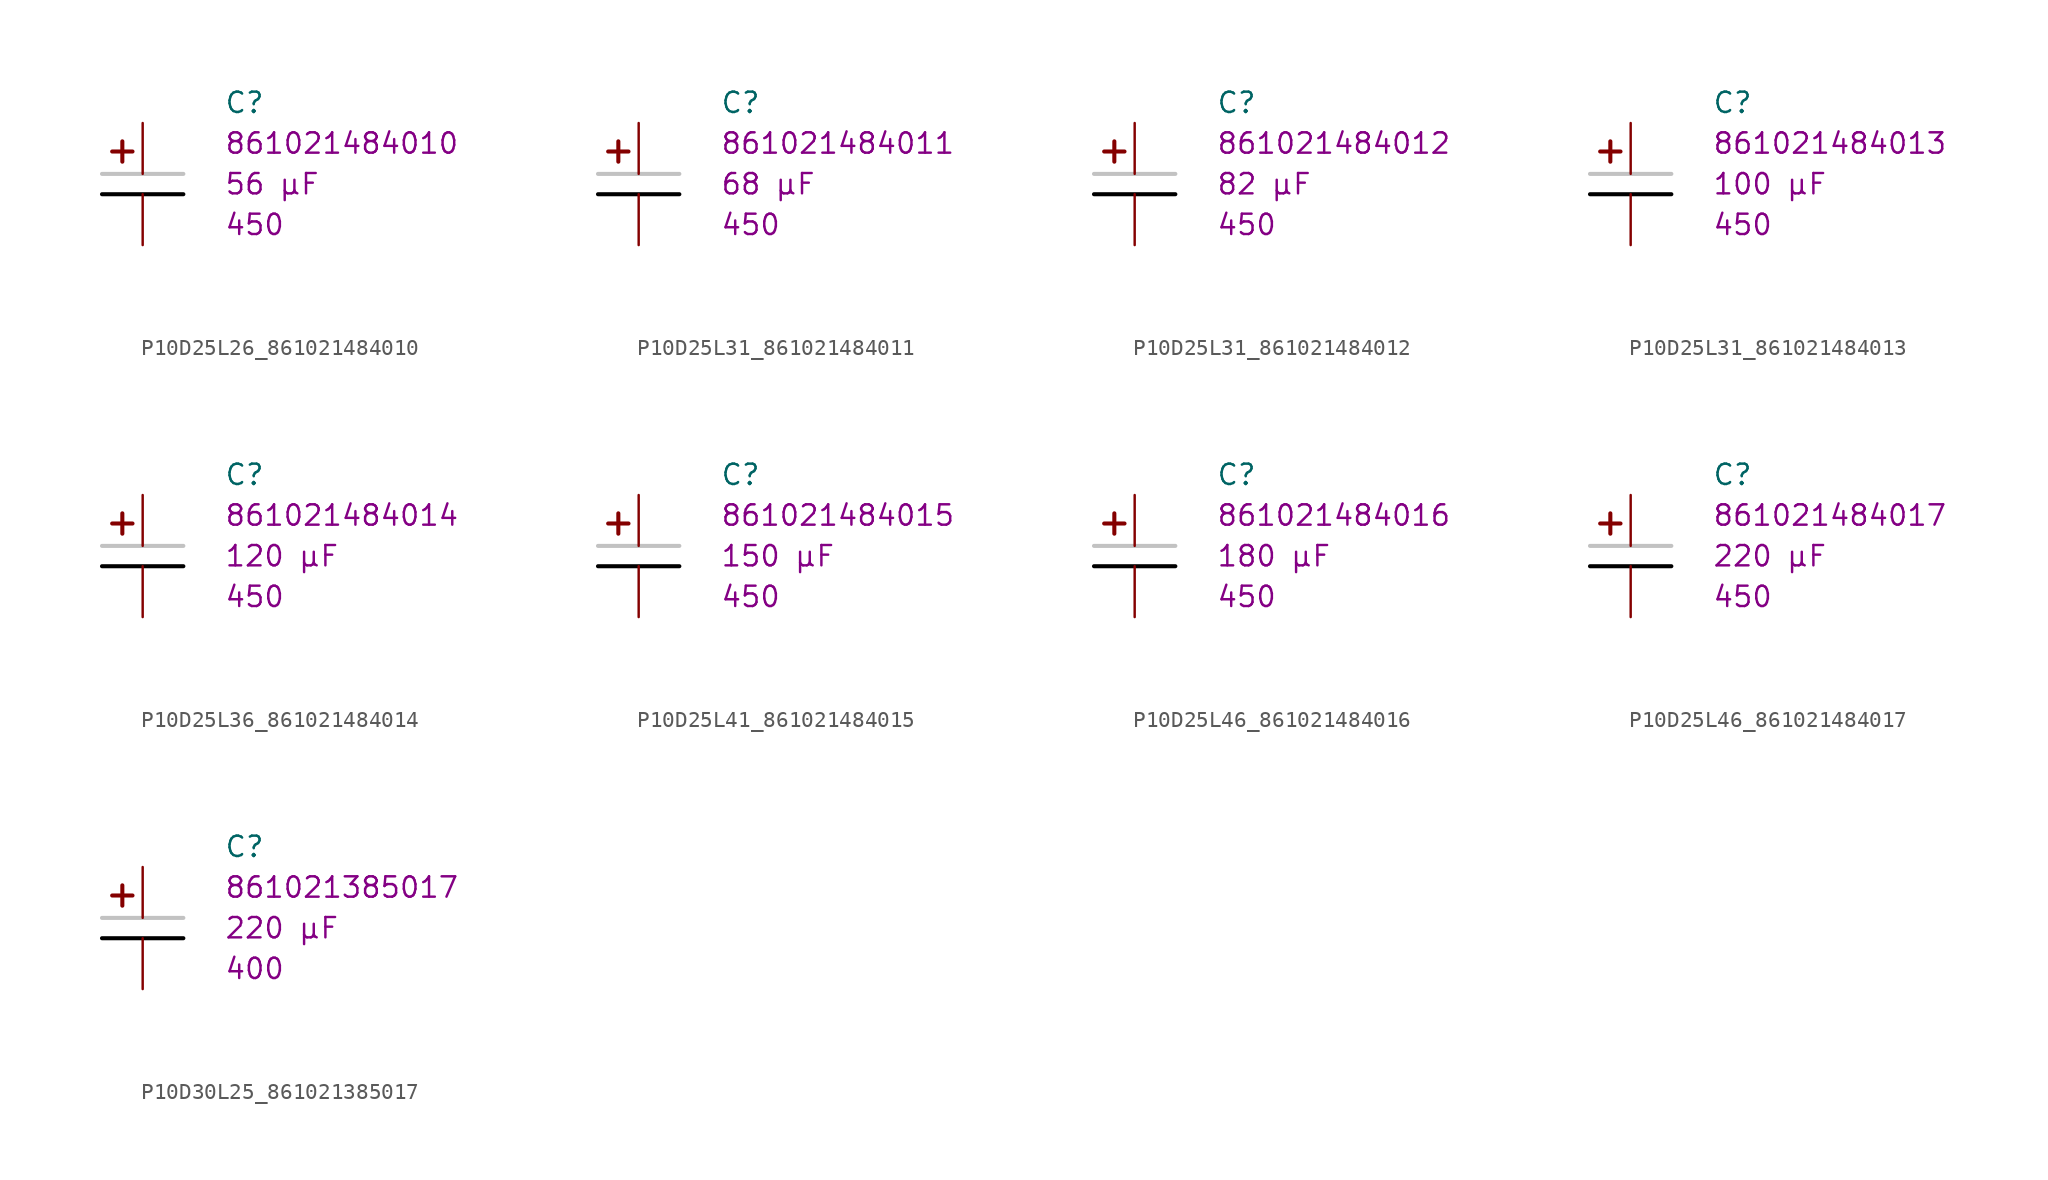
<source format=kicad_sym>
(kicad_symbol_lib
  (version 20220914)
  (generator kicad_symbol_editor)
  (symbol "P10D25L26_861021484010"
    (pin_numbers hide)
    (pin_names hide)
    (property "Reference" "C"
      (at 5.08 5.08 0)
      (effects (font (size 1.27 1.27)) (justify left)))
    (property "Part Number" "861021484010"
      (at 5.08 2.54 0)
      (effects (font (size 1.27 1.27)) (justify left)))
    (property "Capacitance" "56 µF"
      (at 5.08 0 0)
      (effects (font (size 1.27 1.27)) (justify left)))
    (property "Voltage" "450"
      (at 5.08 -2.54 0)
      (effects (font (size 1.27 1.27)) (justify left)))
    (property "Critical Parameter" ""
      (at 0 -7.62 0)
      (effects (font (size 1.27 1.27))))
    (symbol "P10D25L26_861021484010_1_1"
      (polyline (pts (xy -1.27 2.667) (xy -1.27 1.397)) (stroke (width 0.254) (type default)) (fill (type none)))
      (polyline (pts (xy -0.635 2.032) (xy -1.905 2.032)) (stroke (width 0.254) (type default)) (fill (type none)))
      (polyline (pts (xy 2.54 -0.635) (xy -2.54 -0.635)) (stroke (width 0.254) (type default) (color 0 0 0 1)) (fill (type none)))
      (polyline (pts (xy 2.54 0.635) (xy -2.54 0.635)) (stroke (width 0.254) (type default) (color 194 194 194 1)) (fill (type none)))
      (pin passive line (at 0 3.81 270) (length 3.175) (name "1" (effects (font (size 1.27 1.27)))) (number "1" (effects (font (size 1.27 1.27)))))
      (pin passive line (at 0 -3.81 90) (length 3.175) (name "2" (effects (font (size 1.27 1.27)))) (number "2" (effects (font (size 1.27 1.27)))))))
  (symbol "P10D25L31_861021484011"
    (pin_numbers hide)
    (pin_names hide)
    (property "Reference" "C"
      (at 5.08 5.08 0)
      (effects (font (size 1.27 1.27)) (justify left)))
    (property "Part Number" "861021484011"
      (at 5.08 2.54 0)
      (effects (font (size 1.27 1.27)) (justify left)))
    (property "Capacitance" "68 µF"
      (at 5.08 0 0)
      (effects (font (size 1.27 1.27)) (justify left)))
    (property "Voltage" "450"
      (at 5.08 -2.54 0)
      (effects (font (size 1.27 1.27)) (justify left)))
    (property "Critical Parameter" ""
      (at 0 -7.62 0)
      (effects (font (size 1.27 1.27))))
    (symbol "P10D25L31_861021484011_1_1"
      (polyline (pts (xy -1.27 2.667) (xy -1.27 1.397)) (stroke (width 0.254) (type default)) (fill (type none)))
      (polyline (pts (xy -0.635 2.032) (xy -1.905 2.032)) (stroke (width 0.254) (type default)) (fill (type none)))
      (polyline (pts (xy 2.54 -0.635) (xy -2.54 -0.635)) (stroke (width 0.254) (type default) (color 0 0 0 1)) (fill (type none)))
      (polyline (pts (xy 2.54 0.635) (xy -2.54 0.635)) (stroke (width 0.254) (type default) (color 194 194 194 1)) (fill (type none)))
      (pin passive line (at 0 3.81 270) (length 3.175) (name "1" (effects (font (size 1.27 1.27)))) (number "1" (effects (font (size 1.27 1.27)))))
      (pin passive line (at 0 -3.81 90) (length 3.175) (name "2" (effects (font (size 1.27 1.27)))) (number "2" (effects (font (size 1.27 1.27)))))))
  (symbol "P10D25L31_861021484012"
    (pin_numbers hide)
    (pin_names hide)
    (property "Reference" "C"
      (at 5.08 5.08 0)
      (effects (font (size 1.27 1.27)) (justify left)))
    (property "Part Number" "861021484012"
      (at 5.08 2.54 0)
      (effects (font (size 1.27 1.27)) (justify left)))
    (property "Capacitance" "82 µF"
      (at 5.08 0 0)
      (effects (font (size 1.27 1.27)) (justify left)))
    (property "Voltage" "450"
      (at 5.08 -2.54 0)
      (effects (font (size 1.27 1.27)) (justify left)))
    (property "Critical Parameter" ""
      (at 0 -7.62 0)
      (effects (font (size 1.27 1.27))))
    (symbol "P10D25L31_861021484012_1_1"
      (polyline (pts (xy -1.27 2.667) (xy -1.27 1.397)) (stroke (width 0.254) (type default)) (fill (type none)))
      (polyline (pts (xy -0.635 2.032) (xy -1.905 2.032)) (stroke (width 0.254) (type default)) (fill (type none)))
      (polyline (pts (xy 2.54 -0.635) (xy -2.54 -0.635)) (stroke (width 0.254) (type default) (color 0 0 0 1)) (fill (type none)))
      (polyline (pts (xy 2.54 0.635) (xy -2.54 0.635)) (stroke (width 0.254) (type default) (color 194 194 194 1)) (fill (type none)))
      (pin passive line (at 0 3.81 270) (length 3.175) (name "1" (effects (font (size 1.27 1.27)))) (number "1" (effects (font (size 1.27 1.27)))))
      (pin passive line (at 0 -3.81 90) (length 3.175) (name "2" (effects (font (size 1.27 1.27)))) (number "2" (effects (font (size 1.27 1.27)))))))
  (symbol "P10D25L31_861021484013"
    (pin_numbers hide)
    (pin_names hide)
    (property "Reference" "C"
      (at 5.08 5.08 0)
      (effects (font (size 1.27 1.27)) (justify left)))
    (property "Part Number" "861021484013"
      (at 5.08 2.54 0)
      (effects (font (size 1.27 1.27)) (justify left)))
    (property "Capacitance" "100 µF"
      (at 5.08 0 0)
      (effects (font (size 1.27 1.27)) (justify left)))
    (property "Voltage" "450"
      (at 5.08 -2.54 0)
      (effects (font (size 1.27 1.27)) (justify left)))
    (property "Critical Parameter" ""
      (at 0 -7.62 0)
      (effects (font (size 1.27 1.27))))
    (symbol "P10D25L31_861021484013_1_1"
      (polyline (pts (xy -1.27 2.667) (xy -1.27 1.397)) (stroke (width 0.254) (type default)) (fill (type none)))
      (polyline (pts (xy -0.635 2.032) (xy -1.905 2.032)) (stroke (width 0.254) (type default)) (fill (type none)))
      (polyline (pts (xy 2.54 -0.635) (xy -2.54 -0.635)) (stroke (width 0.254) (type default) (color 0 0 0 1)) (fill (type none)))
      (polyline (pts (xy 2.54 0.635) (xy -2.54 0.635)) (stroke (width 0.254) (type default) (color 194 194 194 1)) (fill (type none)))
      (pin passive line (at 0 3.81 270) (length 3.175) (name "1" (effects (font (size 1.27 1.27)))) (number "1" (effects (font (size 1.27 1.27)))))
      (pin passive line (at 0 -3.81 90) (length 3.175) (name "2" (effects (font (size 1.27 1.27)))) (number "2" (effects (font (size 1.27 1.27)))))))
  (symbol "P10D25L36_861021484014"
    (pin_numbers hide)
    (pin_names hide)
    (property "Reference" "C"
      (at 5.08 5.08 0)
      (effects (font (size 1.27 1.27)) (justify left)))
    (property "Part Number" "861021484014"
      (at 5.08 2.54 0)
      (effects (font (size 1.27 1.27)) (justify left)))
    (property "Capacitance" "120 µF"
      (at 5.08 0 0)
      (effects (font (size 1.27 1.27)) (justify left)))
    (property "Voltage" "450"
      (at 5.08 -2.54 0)
      (effects (font (size 1.27 1.27)) (justify left)))
    (property "Critical Parameter" ""
      (at 0 -7.62 0)
      (effects (font (size 1.27 1.27))))
    (symbol "P10D25L36_861021484014_1_1"
      (polyline (pts (xy -1.27 2.667) (xy -1.27 1.397)) (stroke (width 0.254) (type default)) (fill (type none)))
      (polyline (pts (xy -0.635 2.032) (xy -1.905 2.032)) (stroke (width 0.254) (type default)) (fill (type none)))
      (polyline (pts (xy 2.54 -0.635) (xy -2.54 -0.635)) (stroke (width 0.254) (type default) (color 0 0 0 1)) (fill (type none)))
      (polyline (pts (xy 2.54 0.635) (xy -2.54 0.635)) (stroke (width 0.254) (type default) (color 194 194 194 1)) (fill (type none)))
      (pin passive line (at 0 3.81 270) (length 3.175) (name "1" (effects (font (size 1.27 1.27)))) (number "1" (effects (font (size 1.27 1.27)))))
      (pin passive line (at 0 -3.81 90) (length 3.175) (name "2" (effects (font (size 1.27 1.27)))) (number "2" (effects (font (size 1.27 1.27)))))))
  (symbol "P10D25L41_861021484015"
    (pin_numbers hide)
    (pin_names hide)
    (property "Reference" "C"
      (at 5.08 5.08 0)
      (effects (font (size 1.27 1.27)) (justify left)))
    (property "Part Number" "861021484015"
      (at 5.08 2.54 0)
      (effects (font (size 1.27 1.27)) (justify left)))
    (property "Capacitance" "150 µF"
      (at 5.08 0 0)
      (effects (font (size 1.27 1.27)) (justify left)))
    (property "Voltage" "450"
      (at 5.08 -2.54 0)
      (effects (font (size 1.27 1.27)) (justify left)))
    (property "Critical Parameter" ""
      (at 0 -7.62 0)
      (effects (font (size 1.27 1.27))))
    (symbol "P10D25L41_861021484015_1_1"
      (polyline (pts (xy -1.27 2.667) (xy -1.27 1.397)) (stroke (width 0.254) (type default)) (fill (type none)))
      (polyline (pts (xy -0.635 2.032) (xy -1.905 2.032)) (stroke (width 0.254) (type default)) (fill (type none)))
      (polyline (pts (xy 2.54 -0.635) (xy -2.54 -0.635)) (stroke (width 0.254) (type default) (color 0 0 0 1)) (fill (type none)))
      (polyline (pts (xy 2.54 0.635) (xy -2.54 0.635)) (stroke (width 0.254) (type default) (color 194 194 194 1)) (fill (type none)))
      (pin passive line (at 0 3.81 270) (length 3.175) (name "1" (effects (font (size 1.27 1.27)))) (number "1" (effects (font (size 1.27 1.27)))))
      (pin passive line (at 0 -3.81 90) (length 3.175) (name "2" (effects (font (size 1.27 1.27)))) (number "2" (effects (font (size 1.27 1.27)))))))
  (symbol "P10D25L46_861021484016"
    (pin_numbers hide)
    (pin_names hide)
    (property "Reference" "C"
      (at 5.08 5.08 0)
      (effects (font (size 1.27 1.27)) (justify left)))
    (property "Part Number" "861021484016"
      (at 5.08 2.54 0)
      (effects (font (size 1.27 1.27)) (justify left)))
    (property "Capacitance" "180 µF"
      (at 5.08 0 0)
      (effects (font (size 1.27 1.27)) (justify left)))
    (property "Voltage" "450"
      (at 5.08 -2.54 0)
      (effects (font (size 1.27 1.27)) (justify left)))
    (property "Critical Parameter" ""
      (at 0 -7.62 0)
      (effects (font (size 1.27 1.27))))
    (symbol "P10D25L46_861021484016_1_1"
      (polyline (pts (xy -1.27 2.667) (xy -1.27 1.397)) (stroke (width 0.254) (type default)) (fill (type none)))
      (polyline (pts (xy -0.635 2.032) (xy -1.905 2.032)) (stroke (width 0.254) (type default)) (fill (type none)))
      (polyline (pts (xy 2.54 -0.635) (xy -2.54 -0.635)) (stroke (width 0.254) (type default) (color 0 0 0 1)) (fill (type none)))
      (polyline (pts (xy 2.54 0.635) (xy -2.54 0.635)) (stroke (width 0.254) (type default) (color 194 194 194 1)) (fill (type none)))
      (pin passive line (at 0 3.81 270) (length 3.175) (name "1" (effects (font (size 1.27 1.27)))) (number "1" (effects (font (size 1.27 1.27)))))
      (pin passive line (at 0 -3.81 90) (length 3.175) (name "2" (effects (font (size 1.27 1.27)))) (number "2" (effects (font (size 1.27 1.27)))))))
  (symbol "P10D25L46_861021484017"
    (pin_numbers hide)
    (pin_names hide)
    (property "Reference" "C"
      (at 5.08 5.08 0)
      (effects (font (size 1.27 1.27)) (justify left)))
    (property "Part Number" "861021484017"
      (at 5.08 2.54 0)
      (effects (font (size 1.27 1.27)) (justify left)))
    (property "Capacitance" "220 µF"
      (at 5.08 0 0)
      (effects (font (size 1.27 1.27)) (justify left)))
    (property "Voltage" "450"
      (at 5.08 -2.54 0)
      (effects (font (size 1.27 1.27)) (justify left)))
    (property "Critical Parameter" ""
      (at 0 -7.62 0)
      (effects (font (size 1.27 1.27))))
    (symbol "P10D25L46_861021484017_1_1"
      (polyline (pts (xy -1.27 2.667) (xy -1.27 1.397)) (stroke (width 0.254) (type default)) (fill (type none)))
      (polyline (pts (xy -0.635 2.032) (xy -1.905 2.032)) (stroke (width 0.254) (type default)) (fill (type none)))
      (polyline (pts (xy 2.54 -0.635) (xy -2.54 -0.635)) (stroke (width 0.254) (type default) (color 0 0 0 1)) (fill (type none)))
      (polyline (pts (xy 2.54 0.635) (xy -2.54 0.635)) (stroke (width 0.254) (type default) (color 194 194 194 1)) (fill (type none)))
      (pin passive line (at 0 3.81 270) (length 3.175) (name "1" (effects (font (size 1.27 1.27)))) (number "1" (effects (font (size 1.27 1.27)))))
      (pin passive line (at 0 -3.81 90) (length 3.175) (name "2" (effects (font (size 1.27 1.27)))) (number "2" (effects (font (size 1.27 1.27)))))))
  (symbol "P10D30L25_861021385017"
    (pin_numbers hide)
    (pin_names hide)
    (property "Reference" "C"
      (at 5.08 5.08 0)
      (effects (font (size 1.27 1.27)) (justify left)))
    (property "Part Number" "861021385017"
      (at 5.08 2.54 0)
      (effects (font (size 1.27 1.27)) (justify left)))
    (property "Capacitance" "220 µF"
      (at 5.08 0 0)
      (effects (font (size 1.27 1.27)) (justify left)))
    (property "Voltage" "400"
      (at 5.08 -2.54 0)
      (effects (font (size 1.27 1.27)) (justify left)))
    (property "Critical Parameter" ""
      (at 0 -7.62 0)
      (effects (font (size 1.27 1.27))))
    (symbol "P10D30L25_861021385017_1_1"
      (polyline (pts (xy -1.27 2.667) (xy -1.27 1.397)) (stroke (width 0.254) (type default)) (fill (type none)))
      (polyline (pts (xy -0.635 2.032) (xy -1.905 2.032)) (stroke (width 0.254) (type default)) (fill (type none)))
      (polyline (pts (xy 2.54 -0.635) (xy -2.54 -0.635)) (stroke (width 0.254) (type default) (color 0 0 0 1)) (fill (type none)))
      (polyline (pts (xy 2.54 0.635) (xy -2.54 0.635)) (stroke (width 0.254) (type default) (color 194 194 194 1)) (fill (type none)))
      (pin passive line (at 0 3.81 270) (length 3.175) (name "1" (effects (font (size 1.27 1.27)))) (number "1" (effects (font (size 1.27 1.27)))))
      (pin passive line (at 0 -3.81 90) (length 3.175) (name "2" (effects (font (size 1.27 1.27)))) (number "2" (effects (font (size 1.27 1.27))))))))
</source>
